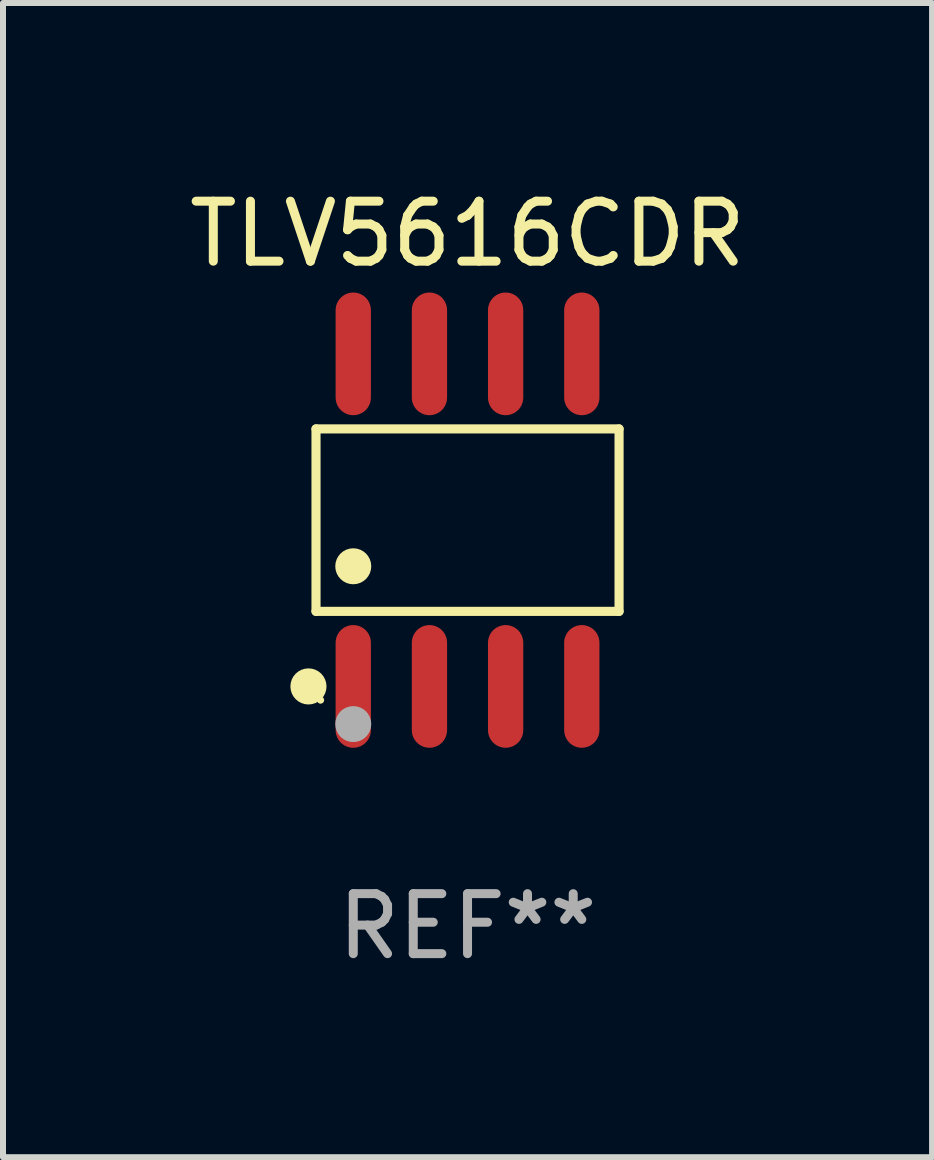
<source format=kicad_pcb>
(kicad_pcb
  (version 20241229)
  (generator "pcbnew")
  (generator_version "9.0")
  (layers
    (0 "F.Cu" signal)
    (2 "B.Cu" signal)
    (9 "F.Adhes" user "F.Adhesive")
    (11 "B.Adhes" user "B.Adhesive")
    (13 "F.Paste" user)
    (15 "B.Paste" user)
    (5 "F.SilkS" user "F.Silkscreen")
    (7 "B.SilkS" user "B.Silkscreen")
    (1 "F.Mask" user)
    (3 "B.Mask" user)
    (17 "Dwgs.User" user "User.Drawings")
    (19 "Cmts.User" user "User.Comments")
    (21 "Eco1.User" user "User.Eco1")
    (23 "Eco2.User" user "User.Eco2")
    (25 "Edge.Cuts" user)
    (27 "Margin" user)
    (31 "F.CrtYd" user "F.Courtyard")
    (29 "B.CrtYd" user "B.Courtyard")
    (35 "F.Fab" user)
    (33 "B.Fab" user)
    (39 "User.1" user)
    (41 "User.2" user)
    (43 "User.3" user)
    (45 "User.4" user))
  (footprint "TLV5616CDR"
    (layer "F.Cu")
    (at 4.744 5.621)
    (property "Reference" "TLV5616CDR" (at 0 -4.772 0) (layer "F.SilkS") (effects (font (size 1 1) (thickness 0.15))))
    (attr through_hole)
    (fp_line (start -2.526 -1.521) (end 2.526 -1.521) (stroke (width 0.152) (type solid)) (layer "F.SilkS"))
    (fp_line (start -2.526 1.521) (end -2.526 -1.521) (stroke (width 0.152) (type solid)) (layer "F.SilkS"))
    (fp_line (start 2.526 -1.521) (end 2.526 1.521) (stroke (width 0.152) (type solid)) (layer "F.SilkS"))
    (fp_line (start 2.526 1.521) (end -2.526 1.521) (stroke (width 0.152) (type solid)) (layer "F.SilkS"))
    (fp_circle (center -2.652 2.772) (end -2.501 2.772) (stroke (width 0.3) (type solid)) (fill no) (layer "F.SilkS"))
    (fp_circle (center -2.45 3) (end -2.42 3) (stroke (width 0.06) (type solid)) (fill no) (layer "F.SilkS"))
    (fp_circle (center -1.905 0.769) (end -1.755 0.769) (stroke (width 0.3) (type solid)) (fill no) (layer "F.SilkS"))
    (fp_circle (center -1.905 3.4) (end -1.755 3.4) (stroke (width 0.3) (type solid)) (fill no) (layer "F.Fab"))
    (fp_text user "REF**" (at 0 6.772 0) (layer "F.Fab") (effects (font (size 1 1) (thickness 0.15))))
    (pad "1" smd oval (at -1.905 2.772) (size 0.588 2.045) (layers "F.Cu" "F.Mask" "F.Paste"))
    (pad "2" smd oval (at -0.635 2.772) (size 0.588 2.045) (layers "F.Cu" "F.Mask" "F.Paste"))
    (pad "3" smd oval (at 0.635 2.772) (size 0.588 2.045) (layers "F.Cu" "F.Mask" "F.Paste"))
    (pad "4" smd oval (at 1.905 2.772) (size 0.588 2.045) (layers "F.Cu" "F.Mask" "F.Paste"))
    (pad "5" smd oval (at 1.905 -2.772) (size 0.588 2.045) (layers "F.Cu" "F.Mask" "F.Paste"))
    (pad "6" smd oval (at 0.635 -2.772) (size 0.588 2.045) (layers "F.Cu" "F.Mask" "F.Paste"))
    (pad "7" smd oval (at -0.635 -2.772) (size 0.588 2.045) (layers "F.Cu" "F.Mask" "F.Paste"))
    (pad "8" smd oval (at -1.905 -2.772) (size 0.588 2.045) (layers "F.Cu" "F.Mask" "F.Paste")))
  (gr_rect
    (start -3 -3)
    (end 12.488 16.241)
    (stroke (width 0.1) (type default))
    (fill no)
    (layer "Edge.Cuts")))
</source>
